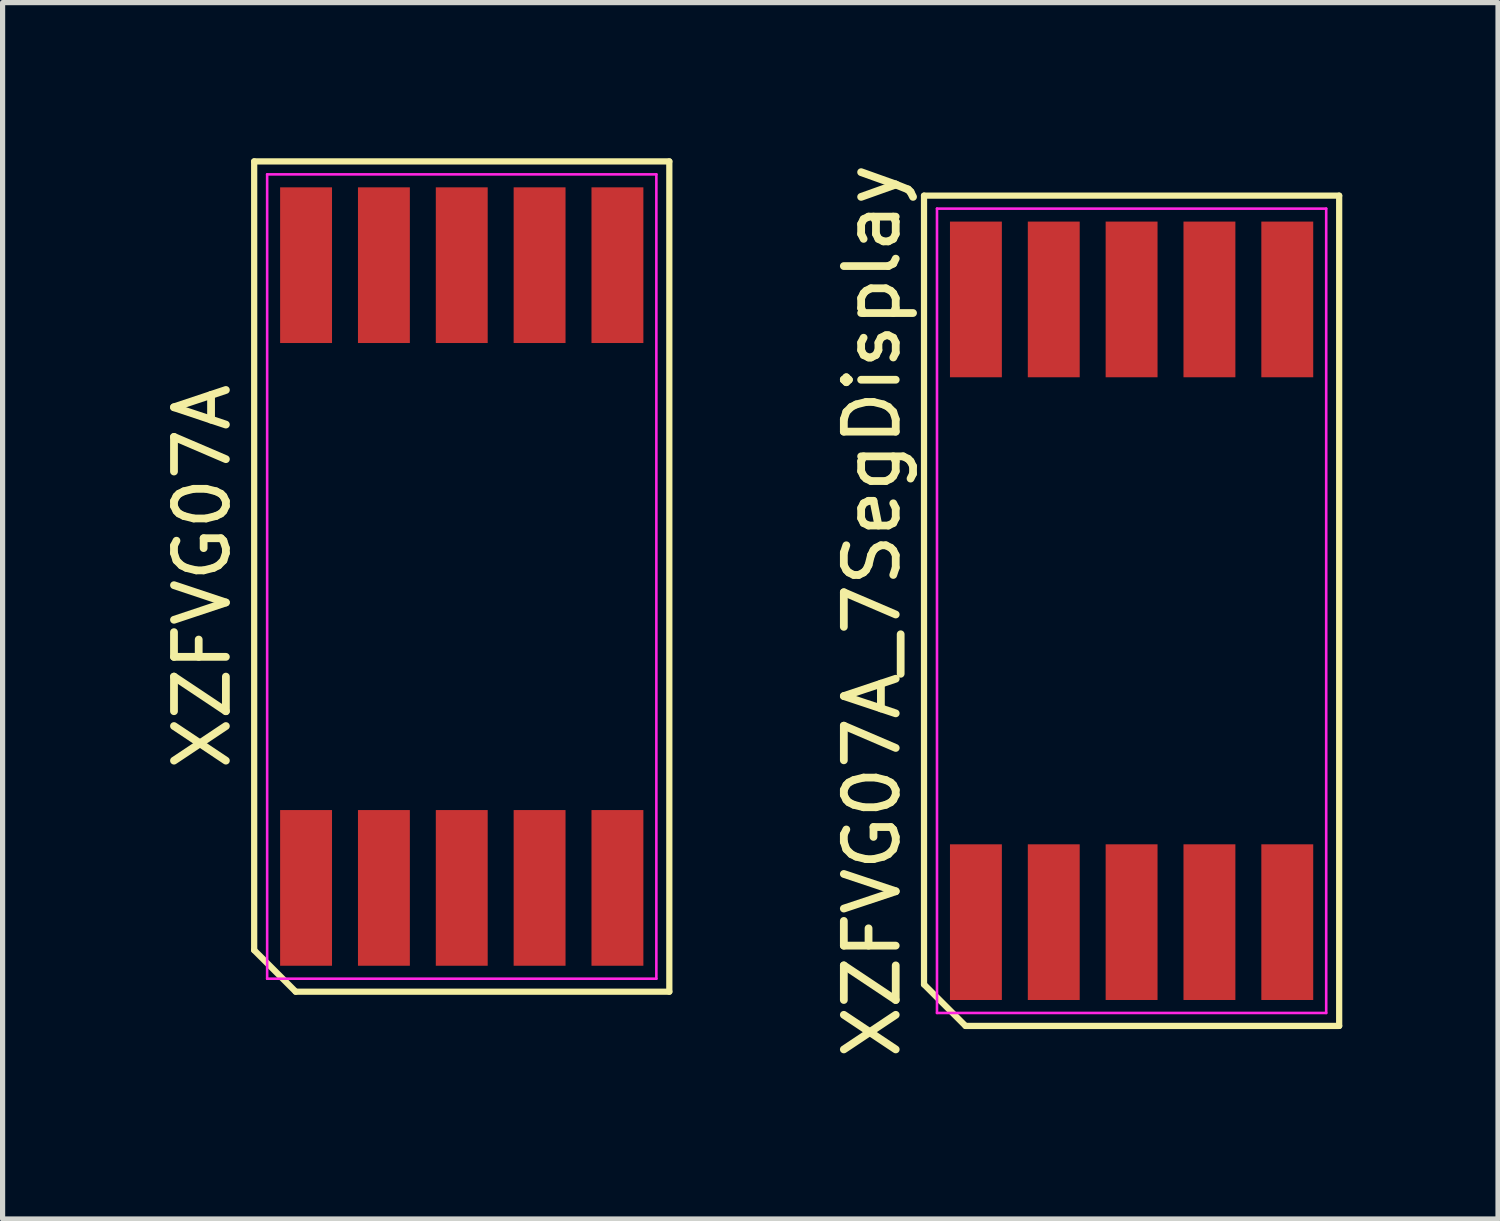
<source format=kicad_pcb>
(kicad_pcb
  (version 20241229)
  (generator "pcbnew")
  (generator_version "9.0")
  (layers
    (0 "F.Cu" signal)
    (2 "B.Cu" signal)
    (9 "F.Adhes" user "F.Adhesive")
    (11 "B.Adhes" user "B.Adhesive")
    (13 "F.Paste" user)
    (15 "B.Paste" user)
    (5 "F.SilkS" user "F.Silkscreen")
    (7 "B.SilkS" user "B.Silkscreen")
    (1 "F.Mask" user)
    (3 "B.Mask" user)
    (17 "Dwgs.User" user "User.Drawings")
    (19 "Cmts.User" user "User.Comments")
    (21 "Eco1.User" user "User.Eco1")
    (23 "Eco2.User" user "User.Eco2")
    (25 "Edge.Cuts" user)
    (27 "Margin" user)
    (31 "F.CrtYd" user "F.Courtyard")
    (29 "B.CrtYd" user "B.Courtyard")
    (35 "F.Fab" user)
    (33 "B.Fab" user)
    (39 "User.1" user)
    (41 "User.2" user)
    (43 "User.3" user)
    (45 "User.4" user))
  (footprint "XZFVG07A"
    (layer "F.Cu")
    (at 5.848 8.06)
    (property "Reference" "XZFVG07A" (at -5 0 90) (layer "F.SilkS") (effects (font (size 1 1) (thickness 0.15))))
    (attr smd)
    (fp_line (start -4 -8) (end 4 -8) (stroke (width 0.12) (type solid)) (layer "F.SilkS"))
    (fp_line (start -4 7.2) (end -4 -8) (stroke (width 0.12) (type solid)) (layer "F.SilkS"))
    (fp_line (start -3.2 8) (end -4 7.2) (stroke (width 0.12) (type solid)) (layer "F.SilkS"))
    (fp_line (start 4 -8) (end 4 8) (stroke (width 0.12) (type solid)) (layer "F.SilkS"))
    (fp_line (start 4 8) (end -3.2 8) (stroke (width 0.12) (type solid)) (layer "F.SilkS"))
    (fp_line (start -3.75 -7.75) (end 3.75 -7.75) (stroke (width 0.05) (type solid)) (layer "F.CrtYd"))
    (fp_line (start -3.75 7.75) (end -3.75 -7.75) (stroke (width 0.05) (type solid)) (layer "F.CrtYd"))
    (fp_line (start 3.75 -7.75) (end 3.75 7.75) (stroke (width 0.05) (type solid)) (layer "F.CrtYd"))
    (fp_line (start 3.75 7.75) (end -3.75 7.75) (stroke (width 0.05) (type solid)) (layer "F.CrtYd"))
    (pad "1" smd rect (at -3 6) (size 1 3) (layers "F.Cu" "F.Mask" "F.Paste"))
    (pad "2" smd rect (at -1.5 6) (size 1 3) (layers "F.Cu" "F.Mask" "F.Paste"))
    (pad "3" smd rect (at 0 6) (size 1 3) (layers "F.Cu" "F.Mask" "F.Paste"))
    (pad "4" smd rect (at 1.5 6) (size 1 3) (layers "F.Cu" "F.Mask" "F.Paste"))
    (pad "5" smd rect (at 3 6) (size 1 3) (layers "F.Cu" "F.Mask" "F.Paste"))
    (pad "6" smd rect (at 3 -6) (size 1 3) (layers "F.Cu" "F.Mask" "F.Paste"))
    (pad "7" smd rect (at 1.5 -6) (size 1 3) (layers "F.Cu" "F.Mask" "F.Paste"))
    (pad "8" smd rect (at 0 -6) (size 1 3) (layers "F.Cu" "F.Mask" "F.Paste"))
    (pad "9" smd rect (at -1.5 -6) (size 1 3) (layers "F.Cu" "F.Mask" "F.Paste"))
    (pad "10" smd rect (at -3 -6) (size 1 3) (layers "F.Cu" "F.Mask" "F.Paste")))
  (footprint "XZFVG07A_7SegDisplay"
    (layer "F.Cu")
    (at 18.756 8.72)
    (property "Reference" "XZFVG07A_7SegDisplay" (at -5 0 90) (layer "F.SilkS") (effects (font (size 1 1) (thickness 0.15))))
    (attr smd)
    (fp_line (start -4 -8) (end 4 -8) (stroke (width 0.12) (type solid)) (layer "F.SilkS"))
    (fp_line (start -4 7.2) (end -4 -8) (stroke (width 0.12) (type solid)) (layer "F.SilkS"))
    (fp_line (start -3.2 8) (end -4 7.2) (stroke (width 0.12) (type solid)) (layer "F.SilkS"))
    (fp_line (start 4 -8) (end 4 8) (stroke (width 0.12) (type solid)) (layer "F.SilkS"))
    (fp_line (start 4 8) (end -3.2 8) (stroke (width 0.12) (type solid)) (layer "F.SilkS"))
    (fp_line (start -3.75 -7.75) (end 3.75 -7.75) (stroke (width 0.05) (type solid)) (layer "F.CrtYd"))
    (fp_line (start -3.75 7.75) (end -3.75 -7.75) (stroke (width 0.05) (type solid)) (layer "F.CrtYd"))
    (fp_line (start 3.75 -7.75) (end 3.75 7.75) (stroke (width 0.05) (type solid)) (layer "F.CrtYd"))
    (fp_line (start 3.75 7.75) (end -3.75 7.75) (stroke (width 0.05) (type solid)) (layer "F.CrtYd"))
    (pad "1" smd rect (at -3 6) (size 1 3) (layers "F.Cu" "F.Mask" "F.Paste"))
    (pad "2" smd rect (at -1.5 6) (size 1 3) (layers "F.Cu" "F.Mask" "F.Paste"))
    (pad "3" smd rect (at 0 6) (size 1 3) (layers "F.Cu" "F.Mask" "F.Paste"))
    (pad "4" smd rect (at 1.5 6) (size 1 3) (layers "F.Cu" "F.Mask" "F.Paste"))
    (pad "5" smd rect (at 3 6) (size 1 3) (layers "F.Cu" "F.Mask" "F.Paste"))
    (pad "6" smd rect (at 3 -6) (size 1 3) (layers "F.Cu" "F.Mask" "F.Paste"))
    (pad "7" smd rect (at 1.5 -6) (size 1 3) (layers "F.Cu" "F.Mask" "F.Paste"))
    (pad "8" smd rect (at 0 -6) (size 1 3) (layers "F.Cu" "F.Mask" "F.Paste"))
    (pad "9" smd rect (at -1.5 -6) (size 1 3) (layers "F.Cu" "F.Mask" "F.Paste"))
    (pad "10" smd rect (at -3 -6) (size 1 3) (layers "F.Cu" "F.Mask" "F.Paste")))
  (gr_rect
    (start -3 -3)
    (end 25.817 20.44)
    (stroke (width 0.1) (type default))
    (fill no)
    (layer "Edge.Cuts")))
</source>
